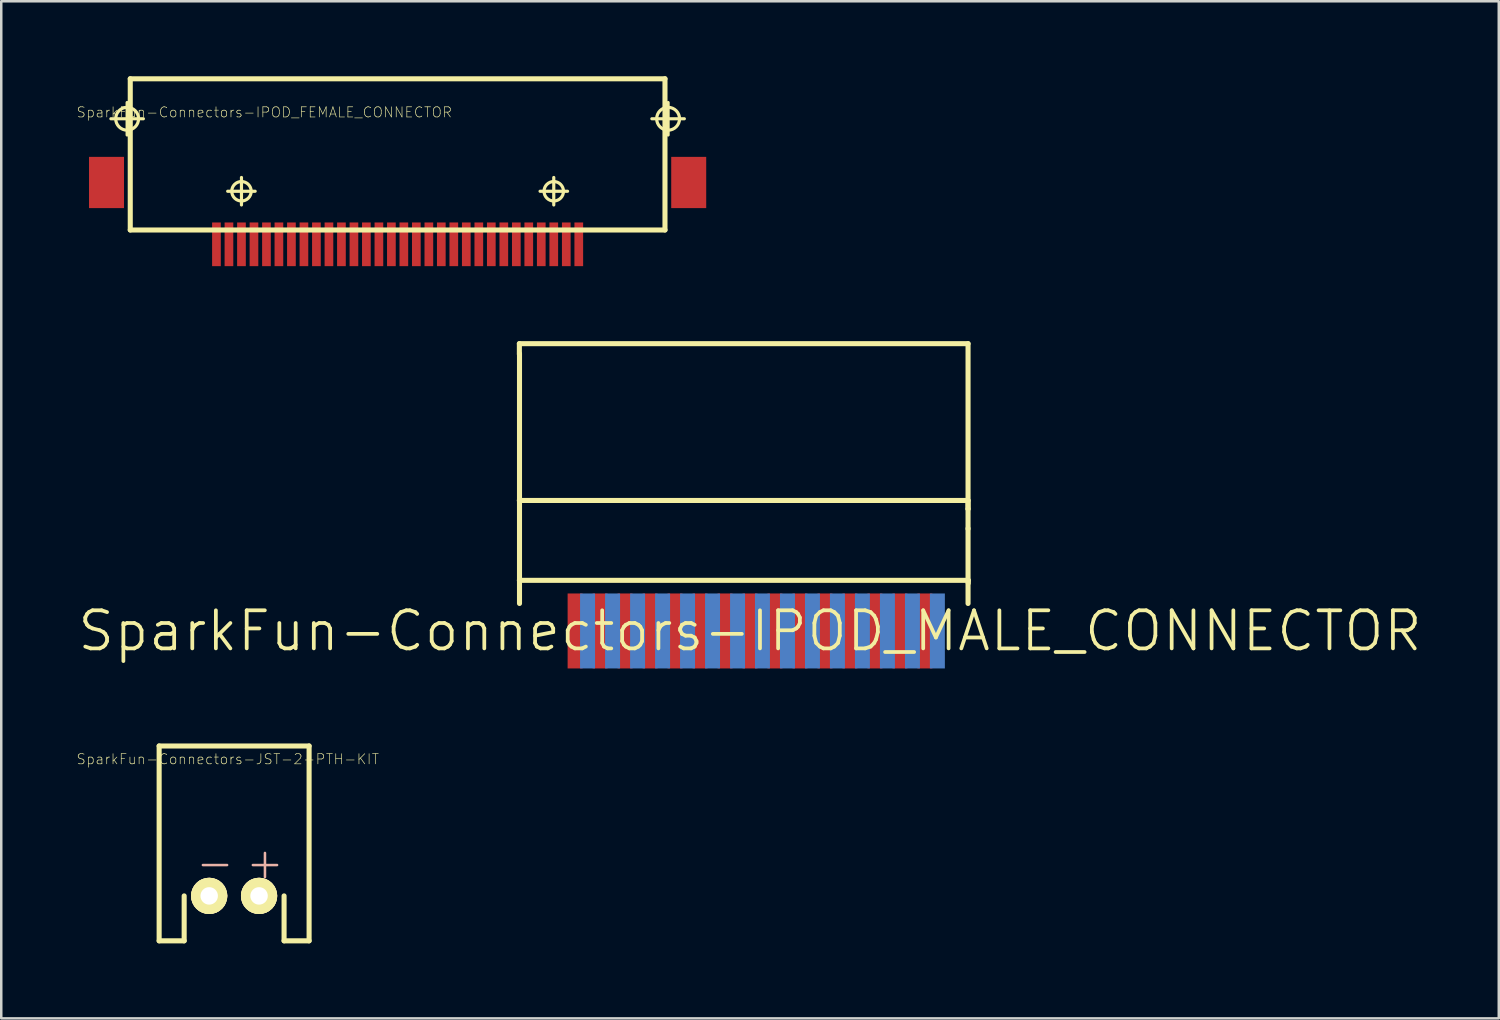
<source format=kicad_pcb>
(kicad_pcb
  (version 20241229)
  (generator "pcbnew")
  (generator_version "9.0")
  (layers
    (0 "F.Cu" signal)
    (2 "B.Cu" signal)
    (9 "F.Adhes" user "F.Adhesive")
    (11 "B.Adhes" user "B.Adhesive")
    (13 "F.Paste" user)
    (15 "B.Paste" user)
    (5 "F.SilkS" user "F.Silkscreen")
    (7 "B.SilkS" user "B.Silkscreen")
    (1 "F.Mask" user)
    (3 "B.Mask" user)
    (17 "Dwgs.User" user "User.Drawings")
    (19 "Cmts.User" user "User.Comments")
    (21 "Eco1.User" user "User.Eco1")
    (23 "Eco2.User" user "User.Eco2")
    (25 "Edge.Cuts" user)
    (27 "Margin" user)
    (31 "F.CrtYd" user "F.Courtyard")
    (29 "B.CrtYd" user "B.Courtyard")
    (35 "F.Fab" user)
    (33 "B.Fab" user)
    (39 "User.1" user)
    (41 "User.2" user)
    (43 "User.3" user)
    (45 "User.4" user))
  (footprint "SparkFun-Connectors-IPOD_MALE_CONNECTOR"
    (layer "F.Cu")
    (at 26.96 22.197)
    (property "Reference" "SparkFun-Connectors-IPOD_MALE_CONNECTOR" (at 0 0 0) (layer "F.SilkS") (effects (font (size 1.524 1.524) (thickness 0.15))))
    (attr smd)
    (fp_line (start -9.23 -5.222) (end 8.725 -5.222) (stroke (width 0.203) (type solid)) (layer "F.SilkS"))
    (fp_line (start -9.228 -11.496) (end 8.725 -11.496) (stroke (width 0.203) (type solid)) (layer "F.SilkS"))
    (fp_line (start -9.228 -11.077) (end -9.228 -11.496) (stroke (width 0.203) (type solid)) (layer "F.SilkS"))
    (fp_line (start -9.228 -2.027) (end 8.733 -2.027) (stroke (width 0.203) (type solid)) (layer "F.SilkS"))
    (fp_line (start -9.223 -1.1) (end -9.223 -11.1) (stroke (width 0.203) (type solid)) (layer "F.SilkS"))
    (fp_line (start 8.725 -11.496) (end 8.725 -4.882) (stroke (width 0.203) (type solid)) (layer "F.SilkS"))
    (fp_line (start 8.725 -5.222) (end 8.725 -4.882) (stroke (width 0.203) (type solid)) (layer "F.SilkS"))
    (fp_line (start 8.725 -4.882) (end 8.725 -4.087) (stroke (width 0.203) (type solid)) (layer "F.SilkS"))
    (fp_line (start 8.725 -1.1) (end 8.725 -4.1) (stroke (width 0.203) (type solid)) (layer "F.SilkS"))
    (fp_line (start 8.733 -2.027) (end 8.733 -1.913) (stroke (width 0.203) (type solid)) (layer "F.SilkS"))
    (pad "1" smd rect (at 7.498 0) (size 0.599 3) (layers "B.Cu" "B.Mask"))
    (pad "2" smd rect (at 6.998 0) (size 0.599 3) (layers "F.Cu" "F.Mask" "F.Paste"))
    (pad "3" smd rect (at 6.5 0) (size 0.599 3) (layers "B.Cu" "B.Mask"))
    (pad "4" smd rect (at 5.999 0) (size 0.599 3) (layers "F.Cu" "F.Mask" "F.Paste"))
    (pad "5" smd rect (at 5.499 0) (size 0.599 3) (layers "B.Cu" "B.Mask"))
    (pad "6" smd rect (at 4.999 0) (size 0.599 3) (layers "F.Cu" "F.Mask" "F.Paste"))
    (pad "7" smd rect (at 4.498 0) (size 0.599 3) (layers "B.Cu" "B.Mask"))
    (pad "8" smd rect (at 3.998 0) (size 0.599 3) (layers "F.Cu" "F.Mask" "F.Paste"))
    (pad "9" smd rect (at 3.498 0) (size 0.599 3) (layers "B.Cu" "B.Mask"))
    (pad "10" smd rect (at 3 0) (size 0.599 3) (layers "F.Cu" "F.Mask" "F.Paste"))
    (pad "11" smd rect (at 2.499 0) (size 0.599 3) (layers "B.Cu" "B.Mask"))
    (pad "12" smd rect (at 1.999 0) (size 0.599 3) (layers "F.Cu" "F.Mask" "F.Paste"))
    (pad "13" smd rect (at 1.499 0) (size 0.599 3) (layers "B.Cu" "B.Mask"))
    (pad "14" smd rect (at 0.998 0) (size 0.599 3) (layers "F.Cu" "F.Mask" "F.Paste"))
    (pad "15" smd rect (at 0.498 0) (size 0.599 3) (layers "B.Cu" "B.Mask"))
    (pad "16" smd rect (at 0 0) (size 0.599 3) (layers "F.Cu" "F.Mask" "F.Paste"))
    (pad "17" smd rect (at -0.498 0) (size 0.599 3) (layers "B.Cu" "B.Mask"))
    (pad "18" smd rect (at -0.998 0) (size 0.599 3) (layers "F.Cu" "F.Mask" "F.Paste"))
    (pad "19" smd rect (at -1.499 0) (size 0.599 3) (layers "B.Cu" "B.Mask"))
    (pad "20" smd rect (at -1.999 0) (size 0.599 3) (layers "F.Cu" "F.Mask" "F.Paste"))
    (pad "21" smd rect (at -2.499 0) (size 0.599 3) (layers "B.Cu" "B.Mask"))
    (pad "22" smd rect (at -3 0) (size 0.599 3) (layers "F.Cu" "F.Mask" "F.Paste"))
    (pad "23" smd rect (at -3.498 0) (size 0.599 3) (layers "B.Cu" "B.Mask"))
    (pad "24" smd rect (at -3.998 0) (size 0.599 3) (layers "F.Cu" "F.Mask" "F.Paste"))
    (pad "25" smd rect (at -4.498 0) (size 0.599 3) (layers "B.Cu" "B.Mask"))
    (pad "26" smd rect (at -4.999 0) (size 0.599 3) (layers "F.Cu" "F.Mask" "F.Paste"))
    (pad "27" smd rect (at -5.499 0) (size 0.599 3) (layers "B.Cu" "B.Mask"))
    (pad "28" smd rect (at -5.999 0) (size 0.599 3) (layers "F.Cu" "F.Mask" "F.Paste"))
    (pad "29" smd rect (at -6.5 0) (size 0.599 3) (layers "B.Cu" "B.Mask"))
    (pad "30" smd rect (at -6.998 0) (size 0.599 3) (layers "F.Cu" "F.Mask" "F.Paste")))
  (footprint "SparkFun-Connectors-JST-2-PTH-KIT"
    (layer "F.Cu")
    (at 6.318 32.798)
    (property "Reference" "SparkFun-Connectors-JST-2-PTH-KIT" (at -0.254 -5.471 0) (layer "F.SilkS") (effects (font (size 0.406 0.406) (thickness 0.025))))
    (attr exclude_from_pos_files exclude_from_bom)
    (fp_line (start -3 -5.999) (end 3 -5.999) (stroke (width 0.203) (type solid)) (layer "F.SilkS"))
    (fp_line (start -3 1.798) (end -3 -5.999) (stroke (width 0.203) (type solid)) (layer "F.SilkS"))
    (fp_line (start -1.999 0) (end -1.999 1.798) (stroke (width 0.203) (type solid)) (layer "F.SilkS"))
    (fp_line (start -1.999 1.798) (end -3 1.798) (stroke (width 0.203) (type solid)) (layer "F.SilkS"))
    (fp_line (start -1.659 0) (end -1.646 -0.127) (stroke (width 0.127) (type solid)) (layer "F.SilkS"))
    (fp_line (start -1.646 -0.127) (end -1.608 -0.251) (stroke (width 0.127) (type solid)) (layer "F.SilkS"))
    (fp_line (start -1.646 0.127) (end -1.659 0) (stroke (width 0.127) (type solid)) (layer "F.SilkS"))
    (fp_line (start -1.608 -0.251) (end -1.547 -0.366) (stroke (width 0.127) (type solid)) (layer "F.SilkS"))
    (fp_line (start -1.608 0.251) (end -1.646 0.127) (stroke (width 0.127) (type solid)) (layer "F.SilkS"))
    (fp_line (start -1.547 -0.366) (end -1.466 -0.465) (stroke (width 0.127) (type solid)) (layer "F.SilkS"))
    (fp_line (start -1.547 0.366) (end -1.608 0.251) (stroke (width 0.127) (type solid)) (layer "F.SilkS"))
    (fp_line (start -1.466 -0.465) (end -1.367 -0.549) (stroke (width 0.127) (type solid)) (layer "F.SilkS"))
    (fp_line (start -1.466 0.467) (end -1.547 0.366) (stroke (width 0.127) (type solid)) (layer "F.SilkS"))
    (fp_line (start -1.367 -0.549) (end -1.252 -0.61) (stroke (width 0.127) (type solid)) (layer "F.SilkS"))
    (fp_line (start -1.364 0.549) (end -1.466 0.467) (stroke (width 0.127) (type solid)) (layer "F.SilkS"))
    (fp_line (start -1.285 0) (end -1.275 -0.074) (stroke (width 0.127) (type solid)) (layer "F.SilkS"))
    (fp_line (start -1.275 -0.074) (end -1.247 -0.142) (stroke (width 0.127) (type solid)) (layer "F.SilkS"))
    (fp_line (start -1.275 0.074) (end -1.285 0) (stroke (width 0.127) (type solid)) (layer "F.SilkS"))
    (fp_line (start -1.252 -0.61) (end -1.128 -0.648) (stroke (width 0.127) (type solid)) (layer "F.SilkS"))
    (fp_line (start -1.25 0.61) (end -1.364 0.549) (stroke (width 0.127) (type solid)) (layer "F.SilkS"))
    (fp_line (start -1.247 -0.142) (end -1.201 -0.201) (stroke (width 0.127) (type solid)) (layer "F.SilkS"))
    (fp_line (start -1.247 0.142) (end -1.275 0.074) (stroke (width 0.127) (type solid)) (layer "F.SilkS"))
    (fp_line (start -1.201 -0.201) (end -1.143 -0.246) (stroke (width 0.127) (type solid)) (layer "F.SilkS"))
    (fp_line (start -1.201 0.201) (end -1.247 0.142) (stroke (width 0.127) (type solid)) (layer "F.SilkS"))
    (fp_line (start -1.143 -0.246) (end -1.072 -0.274) (stroke (width 0.127) (type solid)) (layer "F.SilkS"))
    (fp_line (start -1.143 0.246) (end -1.201 0.201) (stroke (width 0.127) (type solid)) (layer "F.SilkS"))
    (fp_line (start -1.128 -0.648) (end -0.998 -0.66) (stroke (width 0.127) (type solid)) (layer "F.SilkS"))
    (fp_line (start -1.125 0.648) (end -1.25 0.61) (stroke (width 0.127) (type solid)) (layer "F.SilkS"))
    (fp_line (start -1.072 -0.274) (end -0.998 -0.284) (stroke (width 0.127) (type solid)) (layer "F.SilkS"))
    (fp_line (start -1.072 0.274) (end -1.143 0.246) (stroke (width 0.127) (type solid)) (layer "F.SilkS"))
    (fp_line (start -0.998 -0.66) (end -0.869 -0.648) (stroke (width 0.127) (type solid)) (layer "F.SilkS"))
    (fp_line (start -0.998 -0.284) (end -0.925 -0.274) (stroke (width 0.127) (type solid)) (layer "F.SilkS"))
    (fp_line (start -0.998 0.284) (end -1.072 0.274) (stroke (width 0.127) (type solid)) (layer "F.SilkS"))
    (fp_line (start -0.996 0.66) (end -1.125 0.648) (stroke (width 0.127) (type solid)) (layer "F.SilkS"))
    (fp_line (start -0.925 -0.274) (end -0.856 -0.246) (stroke (width 0.127) (type solid)) (layer "F.SilkS"))
    (fp_line (start -0.925 0.274) (end -0.998 0.284) (stroke (width 0.127) (type solid)) (layer "F.SilkS"))
    (fp_line (start -0.869 -0.648) (end -0.747 -0.61) (stroke (width 0.127) (type solid)) (layer "F.SilkS"))
    (fp_line (start -0.869 0.645) (end -0.996 0.66) (stroke (width 0.127) (type solid)) (layer "F.SilkS"))
    (fp_line (start -0.856 -0.246) (end -0.795 -0.201) (stroke (width 0.127) (type solid)) (layer "F.SilkS"))
    (fp_line (start -0.856 0.246) (end -0.925 0.274) (stroke (width 0.127) (type solid)) (layer "F.SilkS"))
    (fp_line (start -0.795 -0.201) (end -0.752 -0.142) (stroke (width 0.127) (type solid)) (layer "F.SilkS"))
    (fp_line (start -0.795 0.201) (end -0.856 0.246) (stroke (width 0.127) (type solid)) (layer "F.SilkS"))
    (fp_line (start -0.752 -0.142) (end -0.721 -0.074) (stroke (width 0.127) (type solid)) (layer "F.SilkS"))
    (fp_line (start -0.752 0.142) (end -0.795 0.201) (stroke (width 0.127) (type solid)) (layer "F.SilkS"))
    (fp_line (start -0.747 -0.61) (end -0.632 -0.549) (stroke (width 0.127) (type solid)) (layer "F.SilkS"))
    (fp_line (start -0.744 0.61) (end -0.869 0.645) (stroke (width 0.127) (type solid)) (layer "F.SilkS"))
    (fp_line (start -0.721 -0.074) (end -0.711 0) (stroke (width 0.127) (type solid)) (layer "F.SilkS"))
    (fp_line (start -0.721 0.074) (end -0.752 0.142) (stroke (width 0.127) (type solid)) (layer "F.SilkS"))
    (fp_line (start -0.711 0) (end -0.721 0.074) (stroke (width 0.127) (type solid)) (layer "F.SilkS"))
    (fp_line (start -0.632 -0.549) (end -0.531 -0.465) (stroke (width 0.127) (type solid)) (layer "F.SilkS"))
    (fp_line (start -0.63 0.549) (end -0.744 0.61) (stroke (width 0.127) (type solid)) (layer "F.SilkS"))
    (fp_line (start -0.531 -0.465) (end -0.45 -0.366) (stroke (width 0.127) (type solid)) (layer "F.SilkS"))
    (fp_line (start -0.531 0.465) (end -0.63 0.549) (stroke (width 0.127) (type solid)) (layer "F.SilkS"))
    (fp_line (start -0.45 -0.366) (end -0.389 -0.251) (stroke (width 0.127) (type solid)) (layer "F.SilkS"))
    (fp_line (start -0.45 0.366) (end -0.531 0.465) (stroke (width 0.127) (type solid)) (layer "F.SilkS"))
    (fp_line (start -0.389 -0.251) (end -0.351 -0.127) (stroke (width 0.127) (type solid)) (layer "F.SilkS"))
    (fp_line (start -0.389 0.251) (end -0.45 0.366) (stroke (width 0.127) (type solid)) (layer "F.SilkS"))
    (fp_line (start -0.351 -0.127) (end -0.338 0) (stroke (width 0.127) (type solid)) (layer "F.SilkS"))
    (fp_line (start -0.351 0.127) (end -0.389 0.251) (stroke (width 0.127) (type solid)) (layer "F.SilkS"))
    (fp_line (start -0.338 0) (end -0.351 0.127) (stroke (width 0.127) (type solid)) (layer "F.SilkS"))
    (fp_line (start 0.338 0) (end 0.351 -0.127) (stroke (width 0.127) (type solid)) (layer "F.SilkS"))
    (fp_line (start 0.351 -0.127) (end 0.389 -0.251) (stroke (width 0.127) (type solid)) (layer "F.SilkS"))
    (fp_line (start 0.351 0.127) (end 0.338 0) (stroke (width 0.127) (type solid)) (layer "F.SilkS"))
    (fp_line (start 0.389 -0.251) (end 0.45 -0.366) (stroke (width 0.127) (type solid)) (layer "F.SilkS"))
    (fp_line (start 0.389 0.251) (end 0.351 0.127) (stroke (width 0.127) (type solid)) (layer "F.SilkS"))
    (fp_line (start 0.45 -0.366) (end 0.531 -0.465) (stroke (width 0.127) (type solid)) (layer "F.SilkS"))
    (fp_line (start 0.45 0.366) (end 0.389 0.251) (stroke (width 0.127) (type solid)) (layer "F.SilkS"))
    (fp_line (start 0.531 -0.465) (end 0.632 -0.549) (stroke (width 0.127) (type solid)) (layer "F.SilkS"))
    (fp_line (start 0.533 0.467) (end 0.45 0.366) (stroke (width 0.127) (type solid)) (layer "F.SilkS"))
    (fp_line (start 0.632 -0.549) (end 0.747 -0.61) (stroke (width 0.127) (type solid)) (layer "F.SilkS"))
    (fp_line (start 0.632 0.549) (end 0.533 0.467) (stroke (width 0.127) (type solid)) (layer "F.SilkS"))
    (fp_line (start 0.711 0) (end 0.721 -0.074) (stroke (width 0.127) (type solid)) (layer "F.SilkS"))
    (fp_line (start 0.721 -0.074) (end 0.752 -0.142) (stroke (width 0.127) (type solid)) (layer "F.SilkS"))
    (fp_line (start 0.721 0.074) (end 0.711 0) (stroke (width 0.127) (type solid)) (layer "F.SilkS"))
    (fp_line (start 0.747 -0.61) (end 0.869 -0.648) (stroke (width 0.127) (type solid)) (layer "F.SilkS"))
    (fp_line (start 0.747 0.61) (end 0.632 0.549) (stroke (width 0.127) (type solid)) (layer "F.SilkS"))
    (fp_line (start 0.749 0.142) (end 0.721 0.074) (stroke (width 0.127) (type solid)) (layer "F.SilkS"))
    (fp_line (start 0.752 -0.142) (end 0.795 -0.201) (stroke (width 0.127) (type solid)) (layer "F.SilkS"))
    (fp_line (start 0.795 -0.201) (end 0.856 -0.246) (stroke (width 0.127) (type solid)) (layer "F.SilkS"))
    (fp_line (start 0.795 0.201) (end 0.749 0.142) (stroke (width 0.127) (type solid)) (layer "F.SilkS"))
    (fp_line (start 0.856 -0.246) (end 0.925 -0.274) (stroke (width 0.127) (type solid)) (layer "F.SilkS"))
    (fp_line (start 0.856 0.246) (end 0.795 0.201) (stroke (width 0.127) (type solid)) (layer "F.SilkS"))
    (fp_line (start 0.869 -0.648) (end 0.998 -0.66) (stroke (width 0.127) (type solid)) (layer "F.SilkS"))
    (fp_line (start 0.871 0.648) (end 0.747 0.61) (stroke (width 0.127) (type solid)) (layer "F.SilkS"))
    (fp_line (start 0.925 -0.274) (end 0.998 -0.284) (stroke (width 0.127) (type solid)) (layer "F.SilkS"))
    (fp_line (start 0.925 0.274) (end 0.856 0.246) (stroke (width 0.127) (type solid)) (layer "F.SilkS"))
    (fp_line (start 0.998 -0.66) (end 1.128 -0.648) (stroke (width 0.127) (type solid)) (layer "F.SilkS"))
    (fp_line (start 0.998 -0.284) (end 1.072 -0.274) (stroke (width 0.127) (type solid)) (layer "F.SilkS"))
    (fp_line (start 0.998 0.284) (end 0.925 0.274) (stroke (width 0.127) (type solid)) (layer "F.SilkS"))
    (fp_line (start 1.001 0.66) (end 0.871 0.648) (stroke (width 0.127) (type solid)) (layer "F.SilkS"))
    (fp_line (start 1.072 -0.274) (end 1.143 -0.246) (stroke (width 0.127) (type solid)) (layer "F.SilkS"))
    (fp_line (start 1.072 0.274) (end 0.998 0.284) (stroke (width 0.127) (type solid)) (layer "F.SilkS"))
    (fp_line (start 1.128 -0.648) (end 1.252 -0.61) (stroke (width 0.127) (type solid)) (layer "F.SilkS"))
    (fp_line (start 1.13 0.645) (end 1.001 0.66) (stroke (width 0.127) (type solid)) (layer "F.SilkS"))
    (fp_line (start 1.143 -0.246) (end 1.201 -0.201) (stroke (width 0.127) (type solid)) (layer "F.SilkS"))
    (fp_line (start 1.143 0.246) (end 1.072 0.274) (stroke (width 0.127) (type solid)) (layer "F.SilkS"))
    (fp_line (start 1.201 -0.201) (end 1.247 -0.142) (stroke (width 0.127) (type solid)) (layer "F.SilkS"))
    (fp_line (start 1.201 0.201) (end 1.143 0.246) (stroke (width 0.127) (type solid)) (layer "F.SilkS"))
    (fp_line (start 1.247 -0.142) (end 1.275 -0.074) (stroke (width 0.127) (type solid)) (layer "F.SilkS"))
    (fp_line (start 1.247 0.142) (end 1.201 0.201) (stroke (width 0.127) (type solid)) (layer "F.SilkS"))
    (fp_line (start 1.252 -0.61) (end 1.367 -0.549) (stroke (width 0.127) (type solid)) (layer "F.SilkS"))
    (fp_line (start 1.252 0.61) (end 1.13 0.645) (stroke (width 0.127) (type solid)) (layer "F.SilkS"))
    (fp_line (start 1.275 -0.074) (end 1.285 0) (stroke (width 0.127) (type solid)) (layer "F.SilkS"))
    (fp_line (start 1.275 0.074) (end 1.247 0.142) (stroke (width 0.127) (type solid)) (layer "F.SilkS"))
    (fp_line (start 1.285 0) (end 1.275 0.074) (stroke (width 0.127) (type solid)) (layer "F.SilkS"))
    (fp_line (start 1.367 -0.549) (end 1.466 -0.465) (stroke (width 0.127) (type solid)) (layer "F.SilkS"))
    (fp_line (start 1.367 0.549) (end 1.252 0.61) (stroke (width 0.127) (type solid)) (layer "F.SilkS"))
    (fp_line (start 1.466 -0.465) (end 1.547 -0.366) (stroke (width 0.127) (type solid)) (layer "F.SilkS"))
    (fp_line (start 1.468 0.465) (end 1.367 0.549) (stroke (width 0.127) (type solid)) (layer "F.SilkS"))
    (fp_line (start 1.547 -0.366) (end 1.608 -0.251) (stroke (width 0.127) (type solid)) (layer "F.SilkS"))
    (fp_line (start 1.549 0.366) (end 1.468 0.465) (stroke (width 0.127) (type solid)) (layer "F.SilkS"))
    (fp_line (start 1.608 -0.251) (end 1.646 -0.127) (stroke (width 0.127) (type solid)) (layer "F.SilkS"))
    (fp_line (start 1.61 0.251) (end 1.549 0.366) (stroke (width 0.127) (type solid)) (layer "F.SilkS"))
    (fp_line (start 1.646 -0.127) (end 1.659 0) (stroke (width 0.127) (type solid)) (layer "F.SilkS"))
    (fp_line (start 1.646 0.127) (end 1.61 0.251) (stroke (width 0.127) (type solid)) (layer "F.SilkS"))
    (fp_line (start 1.659 0) (end 1.646 0.127) (stroke (width 0.127) (type solid)) (layer "F.SilkS"))
    (fp_line (start 1.999 1.798) (end 1.999 0) (stroke (width 0.203) (type solid)) (layer "F.SilkS"))
    (fp_line (start 3 -5.999) (end 3 1.798) (stroke (width 0.203) (type solid)) (layer "F.SilkS"))
    (fp_line (start 3 1.798) (end 1.999 1.798) (stroke (width 0.203) (type solid)) (layer "F.SilkS"))
    (fp_text user "+" (at 1.234 -1.333 0) (layer "B.SilkS") (effects (font (size 1.27 1.27) (thickness 0.102))))
    (fp_text user "-" (at -0.765 -1.333 0) (layer "B.SilkS") (effects (font (size 1.27 1.27) (thickness 0.102))))
    (pad "1" thru_hole circle (at -0.998 0) (size 1.448 1.448) (drill 0.699) (layers "*.Cu" "F.Mask" "F.SilkS" "F.Paste"))
    (pad "2" thru_hole circle (at 0.998 0) (size 1.448 1.448) (drill 0.699) (layers "*.Cu" "F.Mask" "F.SilkS" "F.Paste")))
  (footprint "SparkFun-Connectors-IPOD_FEMALE_CONNECTOR"
    (layer "F.Cu")
    (at 12.86 6.726)
    (property "Reference" "SparkFun-Connectors-IPOD_FEMALE_CONNECTOR" (at -5.334 -5.283 0) (layer "F.SilkS") (effects (font (size 0.406 0.406) (thickness 0.025))))
    (attr smd)
    (fp_line (start -11.473 -5.024) (end -10.173 -5.024) (stroke (width 0.127) (type solid)) (layer "F.SilkS"))
    (fp_line (start -10.823 -4.374) (end -10.823 -5.674) (stroke (width 0.127) (type solid)) (layer "F.SilkS"))
    (fp_line (start -10.698 -6.624) (end 10.698 -6.624) (stroke (width 0.203) (type solid)) (layer "F.SilkS"))
    (fp_line (start -10.698 -0.574) (end -10.698 -6.624) (stroke (width 0.203) (type solid)) (layer "F.SilkS"))
    (fp_line (start -6.8 -2.123) (end -5.7 -2.123) (stroke (width 0.127) (type solid)) (layer "F.SilkS"))
    (fp_line (start -6.248 -1.575) (end -6.248 -2.675) (stroke (width 0.127) (type solid)) (layer "F.SilkS"))
    (fp_line (start 5.7 -2.123) (end 6.8 -2.123) (stroke (width 0.127) (type solid)) (layer "F.SilkS"))
    (fp_line (start 6.248 -1.575) (end 6.248 -2.675) (stroke (width 0.127) (type solid)) (layer "F.SilkS"))
    (fp_line (start 10.173 -5.024) (end 11.473 -5.024) (stroke (width 0.127) (type solid)) (layer "F.SilkS"))
    (fp_line (start 10.698 -6.624) (end 10.698 -0.574) (stroke (width 0.203) (type solid)) (layer "F.SilkS"))
    (fp_line (start 10.698 -0.574) (end -10.698 -0.574) (stroke (width 0.203) (type solid)) (layer "F.SilkS"))
    (fp_line (start 10.823 -4.374) (end 10.823 -5.674) (stroke (width 0.127) (type solid)) (layer "F.SilkS"))
    (fp_circle (center -10.823 -5.024) (end -11.146 -5.347) (stroke (width 0.127) (type solid)) (fill no) (layer "F.SilkS"))
    (fp_circle (center -6.248 -2.123) (end -6.523 -2.398) (stroke (width 0.127) (type solid)) (fill no) (layer "F.SilkS"))
    (fp_circle (center 6.248 -2.123) (end 6.523 -2.398) (stroke (width 0.127) (type solid)) (fill no) (layer "F.SilkS"))
    (fp_circle (center 10.823 -5.024) (end 11.146 -5.347) (stroke (width 0.127) (type solid)) (fill no) (layer "F.SilkS"))
    (pad "1" smd rect (at -7.249 0 180) (size 0.348 1.748) (layers "F.Cu" "F.Mask" "F.Paste"))
    (pad "2" smd rect (at -6.749 0 180) (size 0.348 1.748) (layers "F.Cu" "F.Mask" "F.Paste"))
    (pad "3" smd rect (at -6.248 0 180) (size 0.348 1.748) (layers "F.Cu" "F.Mask" "F.Paste"))
    (pad "4" smd rect (at -5.748 0 180) (size 0.348 1.748) (layers "F.Cu" "F.Mask" "F.Paste"))
    (pad "5" smd rect (at -5.248 0 180) (size 0.348 1.748) (layers "F.Cu" "F.Mask" "F.Paste"))
    (pad "6" smd rect (at -4.75 0 180) (size 0.348 1.748) (layers "F.Cu" "F.Mask" "F.Paste"))
    (pad "7" smd rect (at -4.249 0 180) (size 0.348 1.748) (layers "F.Cu" "F.Mask" "F.Paste"))
    (pad "8" smd rect (at -3.749 0 180) (size 0.348 1.748) (layers "F.Cu" "F.Mask" "F.Paste"))
    (pad "9" smd rect (at -3.249 0 180) (size 0.348 1.748) (layers "F.Cu" "F.Mask" "F.Paste"))
    (pad "10" smd rect (at -2.748 0 180) (size 0.348 1.748) (layers "F.Cu" "F.Mask" "F.Paste"))
    (pad "11" smd rect (at -2.248 0 180) (size 0.348 1.748) (layers "F.Cu" "F.Mask" "F.Paste"))
    (pad "12" smd rect (at -1.748 0 180) (size 0.348 1.748) (layers "F.Cu" "F.Mask" "F.Paste"))
    (pad "13" smd rect (at -1.25 0 180) (size 0.348 1.748) (layers "F.Cu" "F.Mask" "F.Paste"))
    (pad "14" smd rect (at -0.749 0 180) (size 0.348 1.748) (layers "F.Cu" "F.Mask" "F.Paste"))
    (pad "15" smd rect (at -0.249 0 180) (size 0.348 1.748) (layers "F.Cu" "F.Mask" "F.Paste"))
    (pad "16" smd rect (at 0.249 0 180) (size 0.348 1.748) (layers "F.Cu" "F.Mask" "F.Paste"))
    (pad "17" smd rect (at 0.749 0 180) (size 0.348 1.748) (layers "F.Cu" "F.Mask" "F.Paste"))
    (pad "18" smd rect (at 1.25 0 180) (size 0.348 1.748) (layers "F.Cu" "F.Mask" "F.Paste"))
    (pad "19" smd rect (at 1.748 0 180) (size 0.348 1.748) (layers "F.Cu" "F.Mask" "F.Paste"))
    (pad "20" smd rect (at 2.248 0 180) (size 0.348 1.748) (layers "F.Cu" "F.Mask" "F.Paste"))
    (pad "21" smd rect (at 2.748 0 180) (size 0.348 1.748) (layers "F.Cu" "F.Mask" "F.Paste"))
    (pad "22" smd rect (at 3.249 0 180) (size 0.348 1.748) (layers "F.Cu" "F.Mask" "F.Paste"))
    (pad "23" smd rect (at 3.749 0 180) (size 0.348 1.748) (layers "F.Cu" "F.Mask" "F.Paste"))
    (pad "24" smd rect (at 4.249 0 180) (size 0.348 1.748) (layers "F.Cu" "F.Mask" "F.Paste"))
    (pad "25" smd rect (at 4.75 0 180) (size 0.348 1.748) (layers "F.Cu" "F.Mask" "F.Paste"))
    (pad "26" smd rect (at 5.248 0 180) (size 0.348 1.748) (layers "F.Cu" "F.Mask" "F.Paste"))
    (pad "27" smd rect (at 5.748 0 180) (size 0.348 1.748) (layers "F.Cu" "F.Mask" "F.Paste"))
    (pad "28" smd rect (at 6.248 0 180) (size 0.348 1.748) (layers "F.Cu" "F.Mask" "F.Paste"))
    (pad "29" smd rect (at 6.749 0 180) (size 0.348 1.748) (layers "F.Cu" "F.Mask" "F.Paste"))
    (pad "30" smd rect (at 7.249 0 180) (size 0.348 1.748) (layers "F.Cu" "F.Mask" "F.Paste"))
    (pad "31" smd rect (at -11.648 -2.474) (size 1.4 2.05) (layers "F.Cu" "F.Mask" "F.Paste"))
    (pad "32" smd rect (at 11.648 -2.474) (size 1.4 2.05) (layers "F.Cu" "F.Mask" "F.Paste")))
  (gr_rect
    (start -3 -3)
    (end 56.921 37.698)
    (stroke (width 0.1) (type default))
    (fill no)
    (layer "Edge.Cuts")))
</source>
